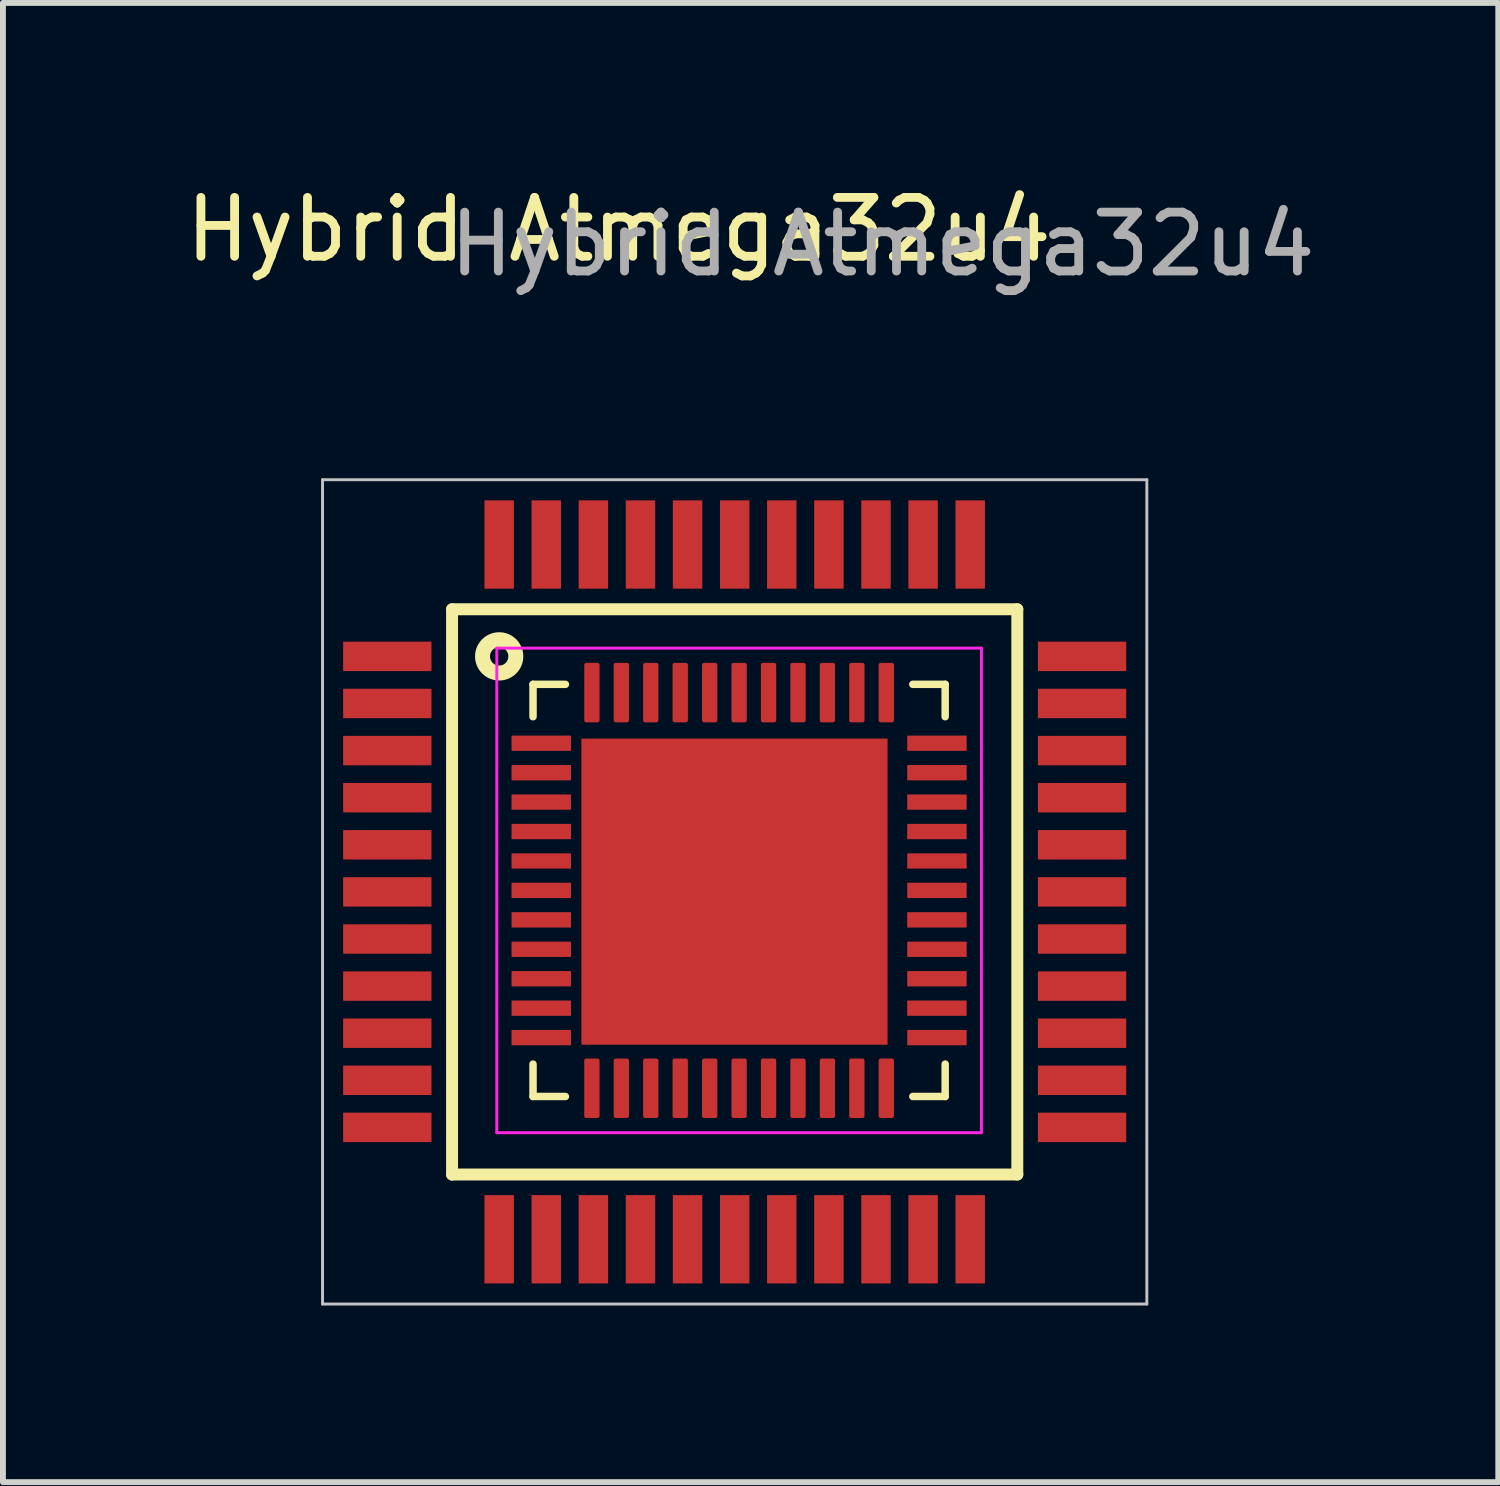
<source format=kicad_pcb>
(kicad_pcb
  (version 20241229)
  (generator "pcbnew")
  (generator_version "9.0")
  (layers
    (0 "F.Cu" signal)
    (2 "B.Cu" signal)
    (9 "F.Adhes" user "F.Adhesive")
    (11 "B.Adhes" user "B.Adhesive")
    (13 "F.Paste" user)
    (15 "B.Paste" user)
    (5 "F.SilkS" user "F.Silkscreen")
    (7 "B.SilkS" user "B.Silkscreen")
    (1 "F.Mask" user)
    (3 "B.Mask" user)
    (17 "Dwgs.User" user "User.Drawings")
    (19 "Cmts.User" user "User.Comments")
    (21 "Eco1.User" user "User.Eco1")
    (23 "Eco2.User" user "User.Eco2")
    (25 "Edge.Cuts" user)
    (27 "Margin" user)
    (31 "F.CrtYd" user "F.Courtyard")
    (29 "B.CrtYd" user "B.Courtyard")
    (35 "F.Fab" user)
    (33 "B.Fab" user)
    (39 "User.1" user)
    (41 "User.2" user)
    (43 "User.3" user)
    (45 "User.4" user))
  (footprint "Hybrid Atmega32u4"
    (layer "F.Cu")
    (at 9.678 11.078)
    (property "Reference" "Hybrid Atmega32u4" (at -2.22 -10.23 0) (unlocked yes) (layer "F.SilkS") (effects (font (size 1 1) (thickness 0.15))))
    (attr smd)
    (fp_line (start -5.05 -3.78) (end 4.55 -3.78) (stroke (width 0.203) (type solid)) (layer "F.SilkS"))
    (fp_line (start -5.05 5.82) (end -5.05 -3.78) (stroke (width 0.203) (type solid)) (layer "F.SilkS"))
    (fp_line (start -3.675 -2.505) (end -3.675 -1.955) (stroke (width 0.127) (type solid)) (layer "F.SilkS"))
    (fp_line (start -3.675 -2.505) (end -3.125 -2.505) (stroke (width 0.127) (type solid)) (layer "F.SilkS"))
    (fp_line (start -3.675 4.495) (end -3.675 3.945) (stroke (width 0.127) (type solid)) (layer "F.SilkS"))
    (fp_line (start -3.675 4.495) (end -3.125 4.495) (stroke (width 0.127) (type solid)) (layer "F.SilkS"))
    (fp_line (start 3.325 -2.505) (end 2.775 -2.505) (stroke (width 0.127) (type solid)) (layer "F.SilkS"))
    (fp_line (start 3.325 -2.505) (end 3.325 -1.955) (stroke (width 0.127) (type solid)) (layer "F.SilkS"))
    (fp_line (start 3.325 4.495) (end 2.775 4.495) (stroke (width 0.127) (type solid)) (layer "F.SilkS"))
    (fp_line (start 3.325 4.495) (end 3.325 3.945) (stroke (width 0.127) (type solid)) (layer "F.SilkS"))
    (fp_line (start 4.55 -3.78) (end 4.55 5.82) (stroke (width 0.203) (type solid)) (layer "F.SilkS"))
    (fp_line (start 4.55 5.82) (end -5.05 5.82) (stroke (width 0.203) (type solid)) (layer "F.SilkS"))
    (fp_circle (center -4.25 -2.98) (end -3.967 -2.98) (stroke (width 0.254) (type solid)) (fill no) (layer "F.SilkS"))
    (fp_poly (pts (xy -2.295 -1.125) (xy -0.655 -1.125) (xy -0.655 0.515) (xy -2.295 0.515)) (stroke (width 0.01) (type solid)) (fill yes) (layer "F.Paste"))
    (fp_poly (pts (xy -2.295 1.475) (xy -0.655 1.475) (xy -0.655 3.115) (xy -2.295 3.115)) (stroke (width 0.01) (type solid)) (fill yes) (layer "F.Paste"))
    (fp_poly (pts (xy 0.305 -1.125) (xy 1.945 -1.125) (xy 1.945 0.515) (xy 0.305 0.515)) (stroke (width 0.01) (type solid)) (fill yes) (layer "F.Paste"))
    (fp_poly (pts (xy 0.305 1.475) (xy 1.945 1.475) (xy 1.945 3.115) (xy 0.305 3.115)) (stroke (width 0.01) (type solid)) (fill yes) (layer "F.Paste"))
    (fp_line (start -7.25 -5.98) (end 6.75 -5.98) (stroke (width 0.05) (type solid)) (layer "Dwgs.User"))
    (fp_line (start -7.25 8.02) (end -7.25 -5.98) (stroke (width 0.05) (type solid)) (layer "Dwgs.User"))
    (fp_line (start 6.75 -5.98) (end 6.75 8.02) (stroke (width 0.05) (type solid)) (layer "Dwgs.User"))
    (fp_line (start 6.75 8.02) (end -7.25 8.02) (stroke (width 0.05) (type solid)) (layer "Dwgs.User"))
    (fp_line (start -4.29 -3.12) (end 3.94 -3.12) (stroke (width 0.05) (type solid)) (layer "F.CrtYd"))
    (fp_line (start -4.29 5.11) (end -4.29 -3.12) (stroke (width 0.05) (type solid)) (layer "F.CrtYd"))
    (fp_line (start -4.29 5.11) (end 3.94 5.11) (stroke (width 0.05) (type solid)) (layer "F.CrtYd"))
    (fp_line (start 3.94 5.11) (end 3.94 -3.12) (stroke (width 0.05) (type solid)) (layer "F.CrtYd"))
    (fp_text user "${REFERENCE}" (at 2.26 -9.98 0) (unlocked yes) (layer "F.Fab") (effects (font (size 1 1) (thickness 0.15))))
    (pad "1" smd rect (at -6.15 -2.98) (size 1.5 0.5) (layers "F.Cu" "F.Mask" "F.Paste"))
    (pad "1" smd roundrect (at -3.535 -1.505) (size 1.01 0.26) (layers "F.Cu" "F.Mask" "F.Paste") (roundrect_rratio 0.03))
    (pad "2" smd rect (at -6.15 -2.18) (size 1.5 0.5) (layers "F.Cu" "F.Mask" "F.Paste"))
    (pad "2" smd roundrect (at -3.535 -1.005) (size 1.01 0.26) (layers "F.Cu" "F.Mask" "F.Paste") (roundrect_rratio 0.03))
    (pad "3" smd rect (at -6.15 -1.38) (size 1.5 0.5) (layers "F.Cu" "F.Mask" "F.Paste"))
    (pad "3" smd roundrect (at -3.535 -0.505) (size 1.01 0.26) (layers "F.Cu" "F.Mask" "F.Paste") (roundrect_rratio 0.03))
    (pad "4" smd rect (at -6.15 -0.58) (size 1.5 0.5) (layers "F.Cu" "F.Mask" "F.Paste"))
    (pad "4" smd roundrect (at -3.535 -0.005) (size 1.01 0.26) (layers "F.Cu" "F.Mask" "F.Paste") (roundrect_rratio 0.03))
    (pad "5" smd rect (at -6.15 0.22) (size 1.5 0.5) (layers "F.Cu" "F.Mask" "F.Paste"))
    (pad "5" smd roundrect (at -3.535 0.495) (size 1.01 0.26) (layers "F.Cu" "F.Mask" "F.Paste") (roundrect_rratio 0.03))
    (pad "6" smd rect (at -6.15 1.02) (size 1.5 0.5) (layers "F.Cu" "F.Mask" "F.Paste"))
    (pad "6" smd roundrect (at -3.535 0.995) (size 1.01 0.26) (layers "F.Cu" "F.Mask" "F.Paste") (roundrect_rratio 0.03))
    (pad "7" smd rect (at -6.15 1.82) (size 1.5 0.5) (layers "F.Cu" "F.Mask" "F.Paste"))
    (pad "7" smd roundrect (at -3.535 1.495) (size 1.01 0.26) (layers "F.Cu" "F.Mask" "F.Paste") (roundrect_rratio 0.03))
    (pad "8" smd rect (at -6.15 2.62) (size 1.5 0.5) (layers "F.Cu" "F.Mask" "F.Paste"))
    (pad "8" smd roundrect (at -3.535 1.995) (size 1.01 0.26) (layers "F.Cu" "F.Mask" "F.Paste") (roundrect_rratio 0.03))
    (pad "9" smd rect (at -6.15 3.42) (size 1.5 0.5) (layers "F.Cu" "F.Mask" "F.Paste"))
    (pad "9" smd roundrect (at -3.535 2.495) (size 1.01 0.26) (layers "F.Cu" "F.Mask" "F.Paste") (roundrect_rratio 0.03))
    (pad "10" smd rect (at -6.15 4.22) (size 1.5 0.5) (layers "F.Cu" "F.Mask" "F.Paste"))
    (pad "10" smd roundrect (at -3.535 2.995) (size 1.01 0.26) (layers "F.Cu" "F.Mask" "F.Paste") (roundrect_rratio 0.03))
    (pad "11" smd rect (at -6.15 5.02) (size 1.5 0.5) (layers "F.Cu" "F.Mask" "F.Paste"))
    (pad "11" smd roundrect (at -3.535 3.495) (size 1.01 0.26) (layers "F.Cu" "F.Mask" "F.Paste") (roundrect_rratio 0.03))
    (pad "12" smd rect (at -4.25 6.92) (size 0.5 1.5) (layers "F.Cu" "F.Mask" "F.Paste"))
    (pad "12" smd roundrect (at -2.675 4.355) (size 0.26 1.01) (layers "F.Cu" "F.Mask" "F.Paste") (roundrect_rratio 0.13))
    (pad "13" smd rect (at -3.45 6.92) (size 0.5 1.5) (layers "F.Cu" "F.Mask" "F.Paste"))
    (pad "13" smd roundrect (at -2.175 4.355) (size 0.26 1.01) (layers "F.Cu" "F.Mask" "F.Paste") (roundrect_rratio 0.13))
    (pad "14" smd rect (at -2.65 6.92) (size 0.5 1.5) (layers "F.Cu" "F.Mask" "F.Paste"))
    (pad "14" smd roundrect (at -1.675 4.355) (size 0.26 1.01) (layers "F.Cu" "F.Mask" "F.Paste") (roundrect_rratio 0.13))
    (pad "15" smd rect (at -1.85 6.92) (size 0.5 1.5) (layers "F.Cu" "F.Mask" "F.Paste"))
    (pad "15" smd roundrect (at -1.175 4.355) (size 0.26 1.01) (layers "F.Cu" "F.Mask" "F.Paste") (roundrect_rratio 0.13))
    (pad "16" smd rect (at -1.05 6.92) (size 0.5 1.5) (layers "F.Cu" "F.Mask" "F.Paste"))
    (pad "16" smd roundrect (at -0.675 4.355) (size 0.26 1.01) (layers "F.Cu" "F.Mask" "F.Paste") (roundrect_rratio 0.13))
    (pad "17" smd rect (at -0.25 6.92) (size 0.5 1.5) (layers "F.Cu" "F.Mask" "F.Paste"))
    (pad "17" smd roundrect (at -0.175 4.355) (size 0.26 1.01) (layers "F.Cu" "F.Mask" "F.Paste") (roundrect_rratio 0.13))
    (pad "18" smd roundrect (at 0.325 4.355) (size 0.26 1.01) (layers "F.Cu" "F.Mask" "F.Paste") (roundrect_rratio 0.13))
    (pad "18" smd rect (at 0.55 6.92) (size 0.5 1.5) (layers "F.Cu" "F.Mask" "F.Paste"))
    (pad "19" smd roundrect (at 0.825 4.355) (size 0.26 1.01) (layers "F.Cu" "F.Mask" "F.Paste") (roundrect_rratio 0.13))
    (pad "19" smd rect (at 1.35 6.92) (size 0.5 1.5) (layers "F.Cu" "F.Mask" "F.Paste"))
    (pad "20" smd roundrect (at 1.325 4.355) (size 0.26 1.01) (layers "F.Cu" "F.Mask" "F.Paste") (roundrect_rratio 0.13))
    (pad "20" smd rect (at 2.15 6.92) (size 0.5 1.5) (layers "F.Cu" "F.Mask" "F.Paste"))
    (pad "21" smd roundrect (at 1.825 4.355) (size 0.26 1.01) (layers "F.Cu" "F.Mask" "F.Paste") (roundrect_rratio 0.13))
    (pad "21" smd rect (at 2.95 6.92) (size 0.5 1.5) (layers "F.Cu" "F.Mask" "F.Paste"))
    (pad "22" smd roundrect (at 2.325 4.355) (size 0.26 1.01) (layers "F.Cu" "F.Mask" "F.Paste") (roundrect_rratio 0.13))
    (pad "22" smd rect (at 3.75 6.92) (size 0.5 1.5) (layers "F.Cu" "F.Mask" "F.Paste"))
    (pad "23" smd roundrect (at 3.185 3.495) (size 1.01 0.26) (layers "F.Cu" "F.Mask" "F.Paste") (roundrect_rratio 0.03))
    (pad "23" smd rect (at 5.65 5.02) (size 1.5 0.5) (layers "F.Cu" "F.Mask" "F.Paste"))
    (pad "24" smd roundrect (at 3.185 2.995) (size 1.01 0.26) (layers "F.Cu" "F.Mask" "F.Paste") (roundrect_rratio 0.03))
    (pad "24" smd rect (at 5.65 4.22) (size 1.5 0.5) (layers "F.Cu" "F.Mask" "F.Paste"))
    (pad "25" smd roundrect (at 3.185 2.495) (size 1.01 0.26) (layers "F.Cu" "F.Mask" "F.Paste") (roundrect_rratio 0.03))
    (pad "25" smd rect (at 5.65 3.42) (size 1.5 0.5) (layers "F.Cu" "F.Mask" "F.Paste"))
    (pad "26" smd roundrect (at 3.185 1.995) (size 1.01 0.26) (layers "F.Cu" "F.Mask" "F.Paste") (roundrect_rratio 0.03))
    (pad "26" smd rect (at 5.65 2.62) (size 1.5 0.5) (layers "F.Cu" "F.Mask" "F.Paste"))
    (pad "27" smd roundrect (at 3.185 1.495) (size 1.01 0.26) (layers "F.Cu" "F.Mask" "F.Paste") (roundrect_rratio 0.03))
    (pad "27" smd rect (at 5.65 1.82) (size 1.5 0.5) (layers "F.Cu" "F.Mask" "F.Paste"))
    (pad "28" smd roundrect (at 3.185 0.995) (size 1.01 0.26) (layers "F.Cu" "F.Mask" "F.Paste") (roundrect_rratio 0.03))
    (pad "28" smd rect (at 5.65 1.02) (size 1.5 0.5) (layers "F.Cu" "F.Mask" "F.Paste"))
    (pad "29" smd roundrect (at 3.185 0.495) (size 1.01 0.26) (layers "F.Cu" "F.Mask" "F.Paste") (roundrect_rratio 0.03))
    (pad "29" smd rect (at 5.65 0.22) (size 1.5 0.5) (layers "F.Cu" "F.Mask" "F.Paste"))
    (pad "30" smd roundrect (at 3.185 -0.005) (size 1.01 0.26) (layers "F.Cu" "F.Mask" "F.Paste") (roundrect_rratio 0.03))
    (pad "30" smd rect (at 5.65 -0.58) (size 1.5 0.5) (layers "F.Cu" "F.Mask" "F.Paste"))
    (pad "31" smd roundrect (at 3.185 -0.505) (size 1.01 0.26) (layers "F.Cu" "F.Mask" "F.Paste") (roundrect_rratio 0.03))
    (pad "31" smd rect (at 5.65 -1.38) (size 1.5 0.5) (layers "F.Cu" "F.Mask" "F.Paste"))
    (pad "32" smd roundrect (at 3.185 -1.005) (size 1.01 0.26) (layers "F.Cu" "F.Mask" "F.Paste") (roundrect_rratio 0.03))
    (pad "32" smd rect (at 5.65 -2.18) (size 1.5 0.5) (layers "F.Cu" "F.Mask" "F.Paste"))
    (pad "33" smd roundrect (at 3.185 -1.505) (size 1.01 0.26) (layers "F.Cu" "F.Mask" "F.Paste") (roundrect_rratio 0.03))
    (pad "33" smd rect (at 5.65 -2.98) (size 1.5 0.5) (layers "F.Cu" "F.Mask" "F.Paste"))
    (pad "34" smd roundrect (at 2.325 -2.365) (size 0.26 1.01) (layers "F.Cu" "F.Mask" "F.Paste") (roundrect_rratio 0.13))
    (pad "34" smd rect (at 3.75 -4.88) (size 0.5 1.5) (layers "F.Cu" "F.Mask" "F.Paste"))
    (pad "35" smd roundrect (at 1.825 -2.365) (size 0.26 1.01) (layers "F.Cu" "F.Mask" "F.Paste") (roundrect_rratio 0.13))
    (pad "35" smd rect (at 2.95 -4.88) (size 0.5 1.5) (layers "F.Cu" "F.Mask" "F.Paste"))
    (pad "36" smd roundrect (at 1.325 -2.365) (size 0.26 1.01) (layers "F.Cu" "F.Mask" "F.Paste") (roundrect_rratio 0.13))
    (pad "36" smd rect (at 2.15 -4.88) (size 0.5 1.5) (layers "F.Cu" "F.Mask" "F.Paste"))
    (pad "37" smd roundrect (at 0.825 -2.365) (size 0.26 1.01) (layers "F.Cu" "F.Mask" "F.Paste") (roundrect_rratio 0.13))
    (pad "37" smd rect (at 1.35 -4.88) (size 0.5 1.5) (layers "F.Cu" "F.Mask" "F.Paste"))
    (pad "38" smd roundrect (at 0.325 -2.365) (size 0.26 1.01) (layers "F.Cu" "F.Mask" "F.Paste") (roundrect_rratio 0.13))
    (pad "38" smd rect (at 0.55 -4.88) (size 0.5 1.5) (layers "F.Cu" "F.Mask" "F.Paste"))
    (pad "39" smd rect (at -0.25 -4.88) (size 0.5 1.5) (layers "F.Cu" "F.Mask" "F.Paste"))
    (pad "39" smd roundrect (at -0.175 -2.365) (size 0.26 1.01) (layers "F.Cu" "F.Mask" "F.Paste") (roundrect_rratio 0.13))
    (pad "40" smd rect (at -1.05 -4.88) (size 0.5 1.5) (layers "F.Cu" "F.Mask" "F.Paste"))
    (pad "40" smd roundrect (at -0.675 -2.365) (size 0.26 1.01) (layers "F.Cu" "F.Mask" "F.Paste") (roundrect_rratio 0.13))
    (pad "41" smd rect (at -1.85 -4.88) (size 0.5 1.5) (layers "F.Cu" "F.Mask" "F.Paste"))
    (pad "41" smd roundrect (at -1.175 -2.365) (size 0.26 1.01) (layers "F.Cu" "F.Mask" "F.Paste") (roundrect_rratio 0.13))
    (pad "42" smd rect (at -2.65 -4.88) (size 0.5 1.5) (layers "F.Cu" "F.Mask" "F.Paste"))
    (pad "42" smd roundrect (at -1.675 -2.365) (size 0.26 1.01) (layers "F.Cu" "F.Mask" "F.Paste") (roundrect_rratio 0.13))
    (pad "43" smd rect (at -3.45 -4.88) (size 0.5 1.5) (layers "F.Cu" "F.Mask" "F.Paste"))
    (pad "43" smd roundrect (at -2.175 -2.365) (size 0.26 1.01) (layers "F.Cu" "F.Mask" "F.Paste") (roundrect_rratio 0.13))
    (pad "44" smd rect (at -4.25 -4.88) (size 0.5 1.5) (layers "F.Cu" "F.Mask" "F.Paste"))
    (pad "44" smd roundrect (at -2.675 -2.365) (size 0.26 1.01) (layers "F.Cu" "F.Mask" "F.Paste") (roundrect_rratio 0.13))
    (pad "45" smd rect (at -0.254 1.016) (size 5.2 5.2) (layers "F.Cu" "F.Mask")))
  (gr_rect
    (start -3 -3)
    (end 22.397 22.123)
    (stroke (width 0.1) (type default))
    (fill no)
    (layer "Edge.Cuts")))
</source>
